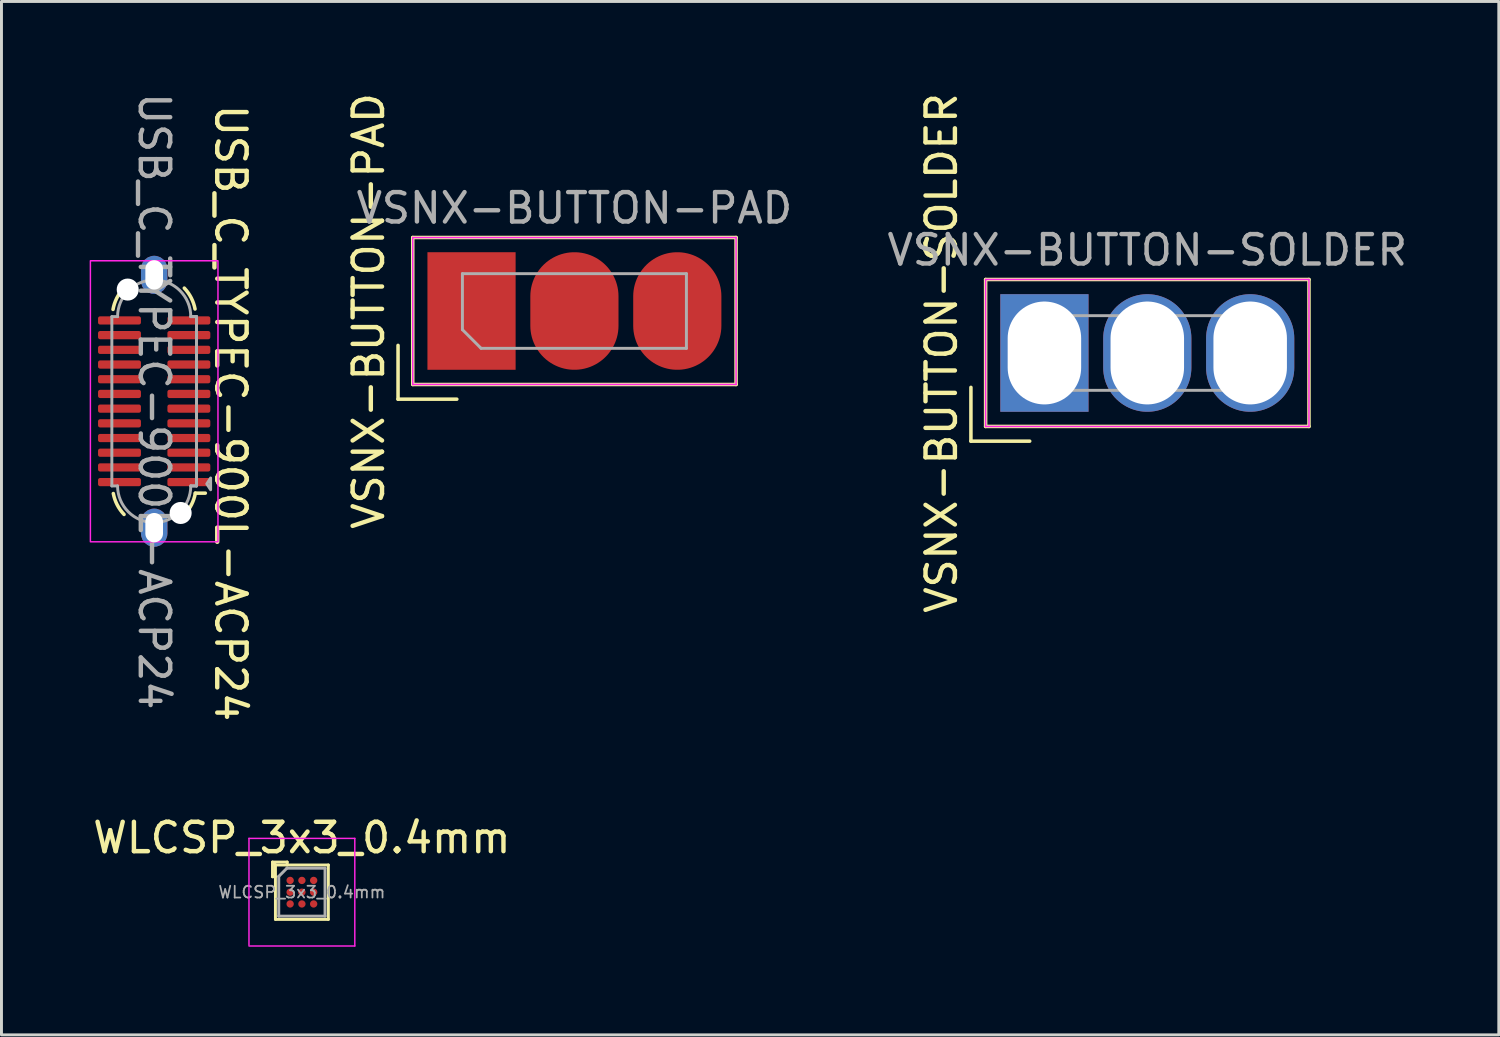
<source format=kicad_pcb>
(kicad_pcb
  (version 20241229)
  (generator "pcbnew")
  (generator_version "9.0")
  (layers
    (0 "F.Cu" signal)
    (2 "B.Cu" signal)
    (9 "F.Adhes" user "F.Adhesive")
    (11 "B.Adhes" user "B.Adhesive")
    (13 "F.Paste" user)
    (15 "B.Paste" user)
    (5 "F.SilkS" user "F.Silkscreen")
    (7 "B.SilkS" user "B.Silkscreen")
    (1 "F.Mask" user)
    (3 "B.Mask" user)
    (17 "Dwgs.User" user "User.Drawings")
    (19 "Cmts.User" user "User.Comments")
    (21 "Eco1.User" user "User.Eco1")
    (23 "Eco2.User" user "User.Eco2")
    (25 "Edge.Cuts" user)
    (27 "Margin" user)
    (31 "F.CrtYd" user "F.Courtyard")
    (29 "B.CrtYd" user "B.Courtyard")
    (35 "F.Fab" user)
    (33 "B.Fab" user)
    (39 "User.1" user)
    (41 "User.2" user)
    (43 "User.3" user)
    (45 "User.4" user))
  (footprint "USB_C_TYPEC-900L-ACP24"
    (layer "F.Cu")
    (at 2.195 10.601)
    (property "Reference" "USB_C_TYPEC-900L-ACP24" (at 2.6 0.4 270) (unlocked yes) (layer "F.SilkS") (effects (font (size 1 1) (thickness 0.15))))
    (attr smd)
    (fp_line (start 1.74 3.125) (end 1.4 3.125) (stroke (width 0.12) (type default)) (layer "F.SilkS"))
    (fp_arc (start -1.4 -3.125) (mid -1.273005 -3.509002) (end -1.043045 -3.841725) (stroke (width 0.12) (type solid)) (layer "F.SilkS"))
    (fp_arc (start -1.025 3.85) (mid -1.258743 3.520613) (end -1.389879 3.138598) (stroke (width 0.12) (type solid)) (layer "F.SilkS"))
    (fp_arc (start 1.025 -3.85) (mid 1.258743 -3.520613) (end 1.389879 -3.138598) (stroke (width 0.12) (type solid)) (layer "F.SilkS"))
    (fp_arc (start 1.4 3.125) (mid 1.273005 3.509003) (end 1.043045 3.841725) (stroke (width 0.12) (type solid)) (layer "F.SilkS"))
    (fp_rect (start 2.17 -4.78) (end -2.17 4.78) (stroke (width 0.05) (type solid)) (fill no) (layer "F.CrtYd"))
    (fp_line (start -1.44 -2.88) (end -1.245 -2.88) (stroke (width 0.1) (type solid)) (layer "F.Fab"))
    (fp_line (start -1.44 2.88) (end -1.44 -2.88) (stroke (width 0.1) (type solid)) (layer "F.Fab"))
    (fp_line (start -1.245 2.88) (end -1.44 2.88) (stroke (width 0.1) (type solid)) (layer "F.Fab"))
    (fp_line (start 1.245 -2.88) (end 1.44 -2.88) (stroke (width 0.1) (type solid)) (layer "F.Fab"))
    (fp_line (start 1.245 -2.88) (end 1.44 -2.88) (stroke (width 0.1) (type solid)) (layer "F.Fab"))
    (fp_line (start 1.44 -2.88) (end 1.44 2.88) (stroke (width 0.1) (type solid)) (layer "F.Fab"))
    (fp_line (start 1.44 -2.88) (end 1.44 2.88) (stroke (width 0.1) (type solid)) (layer "F.Fab"))
    (fp_line (start 1.44 2.88) (end 1.245 2.88) (stroke (width 0.1) (type solid)) (layer "F.Fab"))
    (fp_line (start 1.44 2.88) (end 1.245 2.88) (stroke (width 0.1) (type solid)) (layer "F.Fab"))
    (fp_arc (start -1.245 -2.88) (mid 0 -4.125) (end 1.245 -2.88) (stroke (width 0.1) (type solid)) (layer "F.Fab"))
    (fp_arc (start 1.245 2.88) (mid 0 4.125) (end -1.245 2.88) (stroke (width 0.1) (type solid)) (layer "F.Fab"))
    (fp_poly (pts (xy 1.92 3.01) (xy 1.79 2.81) (xy 1.92 2.61) (xy 1.92 2.99)) (stroke (width 0.1) (type solid)) (fill no) (layer "F.Fab"))
    (fp_text user "${REFERENCE}" (at 0 0 270) (unlocked yes) (layer "F.Fab") (effects (font (size 1 1) (thickness 0.15))))
    (pad "" np_thru_hole circle (at -0.9 -3.8) (size 0.75 0.75) (drill 0.75) (layers "*.Cu" "*.Mask"))
    (pad "" np_thru_hole circle (at 0.9 3.8) (size 0.75 0.75) (drill 0.75) (layers "*.Cu" "*.Mask"))
    (pad "A1" smd roundrect (at 1.18 2.75 90) (size 0.28 1.46) (layers "F.Cu" "F.Mask" "F.Paste") (roundrect_rratio 0.25))
    (pad "A2" smd roundrect (at 1.18 2.25 90) (size 0.28 1.46) (layers "F.Cu" "F.Mask" "F.Paste") (roundrect_rratio 0.25))
    (pad "A3" smd roundrect (at 1.18 1.75 90) (size 0.28 1.46) (layers "F.Cu" "F.Mask" "F.Paste") (roundrect_rratio 0.25))
    (pad "A4" smd roundrect (at 1.18 1.25 90) (size 0.28 1.46) (layers "F.Cu" "F.Mask" "F.Paste") (roundrect_rratio 0.25))
    (pad "A5" smd roundrect (at 1.18 0.75 90) (size 0.28 1.46) (layers "F.Cu" "F.Mask" "F.Paste") (roundrect_rratio 0.25))
    (pad "A6" smd roundrect (at 1.18 0.25 90) (size 0.28 1.46) (layers "F.Cu" "F.Mask" "F.Paste") (roundrect_rratio 0.25))
    (pad "A7" smd roundrect (at 1.18 -0.25 90) (size 0.28 1.46) (layers "F.Cu" "F.Mask" "F.Paste") (roundrect_rratio 0.25))
    (pad "A8" smd roundrect (at 1.18 -0.75 90) (size 0.28 1.46) (layers "F.Cu" "F.Mask" "F.Paste") (roundrect_rratio 0.25))
    (pad "A9" smd roundrect (at 1.18 -1.25 90) (size 0.28 1.46) (layers "F.Cu" "F.Mask" "F.Paste") (roundrect_rratio 0.25))
    (pad "A10" smd roundrect (at 1.18 -1.75 90) (size 0.28 1.46) (layers "F.Cu" "F.Mask" "F.Paste") (roundrect_rratio 0.25))
    (pad "A11" smd roundrect (at 1.18 -2.25 90) (size 0.28 1.46) (layers "F.Cu" "F.Mask" "F.Paste") (roundrect_rratio 0.25))
    (pad "A12" smd roundrect (at 1.18 -2.75 90) (size 0.28 1.46) (layers "F.Cu" "F.Mask" "F.Paste") (roundrect_rratio 0.25))
    (pad "B1" smd roundrect (at -1.18 -2.75 270) (size 0.28 1.46) (layers "F.Cu" "F.Mask" "F.Paste") (roundrect_rratio 0.25))
    (pad "B2" smd roundrect (at -1.18 -2.25 270) (size 0.28 1.46) (layers "F.Cu" "F.Mask" "F.Paste") (roundrect_rratio 0.25))
    (pad "B3" smd roundrect (at -1.18 -1.75 270) (size 0.28 1.46) (layers "F.Cu" "F.Mask" "F.Paste") (roundrect_rratio 0.25))
    (pad "B4" smd roundrect (at -1.18 -1.25 270) (size 0.28 1.46) (layers "F.Cu" "F.Mask" "F.Paste") (roundrect_rratio 0.25))
    (pad "B5" smd roundrect (at -1.18 -0.75 270) (size 0.28 1.46) (layers "F.Cu" "F.Mask" "F.Paste") (roundrect_rratio 0.25))
    (pad "B6" smd roundrect (at -1.18 -0.25 270) (size 0.28 1.46) (layers "F.Cu" "F.Mask" "F.Paste") (roundrect_rratio 0.25))
    (pad "B7" smd roundrect (at -1.18 0.25 270) (size 0.28 1.46) (layers "F.Cu" "F.Mask" "F.Paste") (roundrect_rratio 0.25))
    (pad "B8" smd roundrect (at -1.18 0.75 270) (size 0.28 1.46) (layers "F.Cu" "F.Mask" "F.Paste") (roundrect_rratio 0.25))
    (pad "B9" smd roundrect (at -1.18 1.25 270) (size 0.28 1.46) (layers "F.Cu" "F.Mask" "F.Paste") (roundrect_rratio 0.25))
    (pad "B10" smd roundrect (at -1.18 1.75 270) (size 0.28 1.46) (layers "F.Cu" "F.Mask" "F.Paste") (roundrect_rratio 0.25))
    (pad "B11" smd roundrect (at -1.18 2.25 270) (size 0.28 1.46) (layers "F.Cu" "F.Mask" "F.Paste") (roundrect_rratio 0.25))
    (pad "B12" smd roundrect (at -1.18 2.75 270) (size 0.28 1.46) (layers "F.Cu" "F.Mask" "F.Paste") (roundrect_rratio 0.25))
    (pad "S1" thru_hole roundrect (at 0 4.3) (size 0.9 1.3) (drill oval 0.6 1) (layers "*.Cu" "*.Mask") (roundrect_rratio 0.5))
    (pad "S2" thru_hole roundrect (at 0 -4.3) (size 0.9 1.3) (drill oval 0.6 1) (layers "*.Cu" "*.Mask") (roundrect_rratio 0.5)))
  (footprint "VSNX-BUTTON-PAD"
    (layer "F.Cu")
    (at 16.491 7.53)
    (property "Reference" "VSNX-BUTTON-PAD" (at -7 0 90) (layer "F.SilkS") (effects (font (size 1 1) (thickness 0.15))))
    (attr smd)
    (fp_line (start -6 3) (end -6 1.17) (stroke (width 0.12) (type solid)) (layer "F.SilkS"))
    (fp_line (start -5.5 -2.5) (end 5.5 -2.5) (stroke (width 0.12) (type solid)) (layer "F.SilkS"))
    (fp_line (start -5.5 2.5) (end -5.5 -2.5) (stroke (width 0.12) (type solid)) (layer "F.SilkS"))
    (fp_line (start -5.5 2.5) (end 5.5 2.5) (stroke (width 0.12) (type solid)) (layer "F.SilkS"))
    (fp_line (start -4 3) (end -6 3) (stroke (width 0.12) (type solid)) (layer "F.SilkS"))
    (fp_line (start 5.5 2.5) (end 5.5 -2.5) (stroke (width 0.12) (type solid)) (layer "F.SilkS"))
    (fp_line (start -5.5 -2.5) (end -5.5 2.5) (stroke (width 0.05) (type solid)) (layer "F.CrtYd"))
    (fp_line (start -5.5 2.5) (end 5.5 2.5) (stroke (width 0.05) (type solid)) (layer "F.CrtYd"))
    (fp_line (start 5.5 -2.5) (end -5.5 -2.5) (stroke (width 0.05) (type solid)) (layer "F.CrtYd"))
    (fp_line (start 5.5 2.5) (end 5.5 -2.5) (stroke (width 0.05) (type solid)) (layer "F.CrtYd"))
    (fp_line (start -3.81 -1.27) (end 3.81 -1.27) (stroke (width 0.1) (type solid)) (layer "F.Fab"))
    (fp_line (start -3.81 0.635) (end -3.81 -1.27) (stroke (width 0.1) (type solid)) (layer "F.Fab"))
    (fp_line (start -3.175 1.27) (end -3.81 0.635) (stroke (width 0.1) (type solid)) (layer "F.Fab"))
    (fp_line (start 3.81 -1.27) (end 3.81 1.27) (stroke (width 0.1) (type solid)) (layer "F.Fab"))
    (fp_line (start 3.81 1.27) (end -3.175 1.27) (stroke (width 0.1) (type solid)) (layer "F.Fab"))
    (fp_text user "${REFERENCE}" (at 0 -3.5 180) (layer "F.Fab") (effects (font (size 1 1) (thickness 0.15))))
    (pad "1" smd rect (at -3.5 0 180) (size 3 4) (layers "F.Cu" "F.Mask" "F.Paste"))
    (pad "2" smd oval (at 0 0 180) (size 3 4) (layers "F.Cu" "F.Mask" "F.Paste"))
    (pad "3" smd oval (at 3.5 0 180) (size 3 4) (layers "F.Cu" "F.Mask" "F.Paste")))
  (footprint "VSNX-BUTTON-SOLDER"
    (layer "F.Cu")
    (at 35.98 8.958)
    (property "Reference" "VSNX-BUTTON-SOLDER" (at -7 0 90) (layer "F.SilkS") (effects (font (size 1 1) (thickness 0.15))))
    (attr through_hole)
    (fp_line (start -6 3) (end -6 1.17) (stroke (width 0.12) (type solid)) (layer "F.SilkS"))
    (fp_line (start -5.5 -2.5) (end 5.5 -2.5) (stroke (width 0.12) (type solid)) (layer "F.SilkS"))
    (fp_line (start -5.5 2.5) (end -5.5 -2.5) (stroke (width 0.12) (type solid)) (layer "F.SilkS"))
    (fp_line (start -5.5 2.5) (end 5.5 2.5) (stroke (width 0.12) (type solid)) (layer "F.SilkS"))
    (fp_line (start -4 3) (end -6 3) (stroke (width 0.12) (type solid)) (layer "F.SilkS"))
    (fp_line (start 5.5 2.5) (end 5.5 -2.5) (stroke (width 0.12) (type solid)) (layer "F.SilkS"))
    (fp_line (start -5.5 -2.5) (end -5.5 2.5) (stroke (width 0.05) (type solid)) (layer "F.CrtYd"))
    (fp_line (start -5.5 2.5) (end 5.5 2.5) (stroke (width 0.05) (type solid)) (layer "F.CrtYd"))
    (fp_line (start 5.5 -2.5) (end -5.5 -2.5) (stroke (width 0.05) (type solid)) (layer "F.CrtYd"))
    (fp_line (start 5.5 2.5) (end 5.5 -2.5) (stroke (width 0.05) (type solid)) (layer "F.CrtYd"))
    (fp_line (start -3.81 -1.27) (end 3.81 -1.27) (stroke (width 0.1) (type solid)) (layer "F.Fab"))
    (fp_line (start -3.81 0.635) (end -3.81 -1.27) (stroke (width 0.1) (type solid)) (layer "F.Fab"))
    (fp_line (start -3.175 1.27) (end -3.81 0.635) (stroke (width 0.1) (type solid)) (layer "F.Fab"))
    (fp_line (start 3.81 -1.27) (end 3.81 1.27) (stroke (width 0.1) (type solid)) (layer "F.Fab"))
    (fp_line (start 3.81 1.27) (end -3.175 1.27) (stroke (width 0.1) (type solid)) (layer "F.Fab"))
    (fp_text user "${REFERENCE}" (at 0 -3.5 180) (layer "F.Fab") (effects (font (size 1 1) (thickness 0.15))))
    (pad "1" thru_hole rect (at -3.5 0 180) (size 3 4) (drill oval 2.5 3.5) (layers "*.Cu" "*.Mask"))
    (pad "2" thru_hole oval (at 0 0 180) (size 3 4) (drill oval 2.5 3.5) (layers "*.Cu" "*.Mask"))
    (pad "3" thru_hole oval (at 3.5 0 180) (size 3 4) (drill oval 2.5 3.5) (layers "*.Cu" "*.Mask")))
  (footprint "WLCSP_3x3_0.4mm"
    (layer "F.Cu")
    (at 7.22 27.301)
    (property "Reference" "WLCSP_3x3_0.4mm" (at 0 -1.85 0) (layer "F.SilkS") (effects (font (size 1 1) (thickness 0.15))))
    (attr smd)
    (fp_line (start -1 -0.525) (end -1 -1.025) (stroke (width 0.1) (type solid)) (layer "F.SilkS"))
    (fp_line (start -1 -0.525) (end -0.9 -0.525) (stroke (width 0.1) (type solid)) (layer "F.SilkS"))
    (fp_line (start -0.95 -0.975) (end -0.9 -0.925) (stroke (width 0.1) (type solid)) (layer "F.SilkS"))
    (fp_line (start -0.9 0.925) (end -0.9 -0.925) (stroke (width 0.1) (type solid)) (layer "F.SilkS"))
    (fp_line (start -0.9 0.925) (end 0.9 0.925) (stroke (width 0.1) (type solid)) (layer "F.SilkS"))
    (fp_line (start -0.5 -1.025) (end -1 -1.025) (stroke (width 0.1) (type solid)) (layer "F.SilkS"))
    (fp_line (start -0.5 -1.025) (end -0.5 -0.925) (stroke (width 0.1) (type solid)) (layer "F.SilkS"))
    (fp_line (start 0.9 -0.925) (end -0.9 -0.925) (stroke (width 0.1) (type solid)) (layer "F.SilkS"))
    (fp_line (start 0.9 0.925) (end 0.9 -0.925) (stroke (width 0.1) (type solid)) (layer "F.SilkS"))
    (fp_line (start -1.8 1.8) (end -1.8 -1.83) (stroke (width 0.05) (type solid)) (layer "F.CrtYd"))
    (fp_line (start -1.8 1.83) (end 1.8 1.83) (stroke (width 0.05) (type solid)) (layer "F.CrtYd"))
    (fp_line (start 1.8 -1.83) (end -1.8 -1.83) (stroke (width 0.05) (type solid)) (layer "F.CrtYd"))
    (fp_line (start 1.8 1.83) (end 1.8 -1.83) (stroke (width 0.05) (type solid)) (layer "F.CrtYd"))
    (fp_line (start -0.787 -0.537) (end -0.787 0.816) (stroke (width 0.1) (type solid)) (layer "F.Fab"))
    (fp_line (start -0.787 -0.537) (end -0.509 -0.816) (stroke (width 0.1) (type solid)) (layer "F.Fab"))
    (fp_line (start -0.787 0.816) (end 0.787 0.816) (stroke (width 0.1) (type solid)) (layer "F.Fab"))
    (fp_line (start 0.787 -0.816) (end -0.509 -0.816) (stroke (width 0.1) (type solid)) (layer "F.Fab"))
    (fp_line (start 0.787 -0.816) (end 0.787 0.816) (stroke (width 0.1) (type solid)) (layer "F.Fab"))
    (fp_text user "${REFERENCE}" (at 0 0 0) (layer "F.Fab") (effects (font (size 0.4 0.4) (thickness 0.06))))
    (pad "A1" smd circle (at -0.4 -0.4) (size 0.25 0.25) (layers "F.Cu" "F.Mask" "F.Paste"))
    (pad "A2" smd circle (at 0 -0.4) (size 0.25 0.25) (layers "F.Cu" "F.Mask" "F.Paste"))
    (pad "A3" smd circle (at 0.4 -0.4) (size 0.25 0.25) (layers "F.Cu" "F.Mask" "F.Paste"))
    (pad "B1" smd circle (at -0.4 0) (size 0.25 0.25) (layers "F.Cu" "F.Mask" "F.Paste"))
    (pad "B2" smd circle (at 0 0) (size 0.25 0.25) (layers "F.Cu" "F.Mask" "F.Paste"))
    (pad "B3" smd circle (at 0.4 0) (size 0.25 0.25) (layers "F.Cu" "F.Mask" "F.Paste"))
    (pad "C1" smd circle (at -0.4 0.4) (size 0.25 0.25) (layers "F.Cu" "F.Mask" "F.Paste"))
    (pad "C2" smd circle (at 0 0.4) (size 0.25 0.25) (layers "F.Cu" "F.Mask" "F.Paste"))
    (pad "C3" smd circle (at 0.4 0.4) (size 0.25 0.25) (layers "F.Cu" "F.Mask" "F.Paste")))
  (gr_rect
    (start -3 -3)
    (end 47.938 32.156)
    (stroke (width 0.1) (type default))
    (fill no)
    (layer "Edge.Cuts")))
</source>
